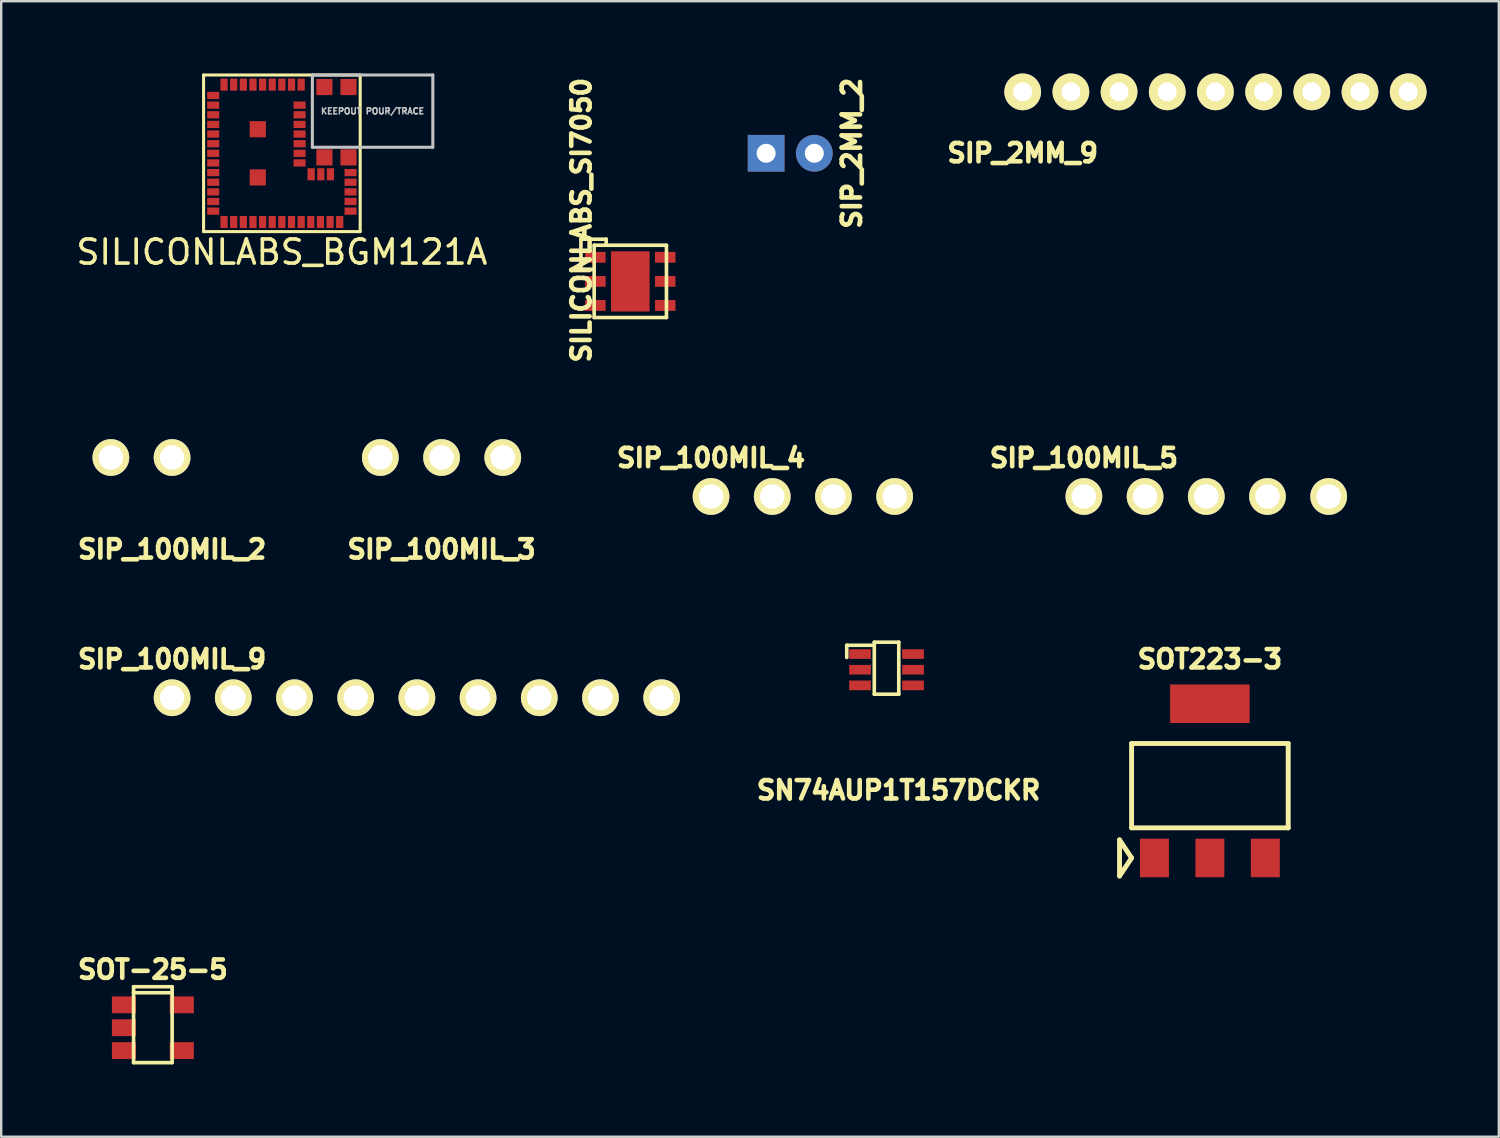
<source format=kicad_pcb>
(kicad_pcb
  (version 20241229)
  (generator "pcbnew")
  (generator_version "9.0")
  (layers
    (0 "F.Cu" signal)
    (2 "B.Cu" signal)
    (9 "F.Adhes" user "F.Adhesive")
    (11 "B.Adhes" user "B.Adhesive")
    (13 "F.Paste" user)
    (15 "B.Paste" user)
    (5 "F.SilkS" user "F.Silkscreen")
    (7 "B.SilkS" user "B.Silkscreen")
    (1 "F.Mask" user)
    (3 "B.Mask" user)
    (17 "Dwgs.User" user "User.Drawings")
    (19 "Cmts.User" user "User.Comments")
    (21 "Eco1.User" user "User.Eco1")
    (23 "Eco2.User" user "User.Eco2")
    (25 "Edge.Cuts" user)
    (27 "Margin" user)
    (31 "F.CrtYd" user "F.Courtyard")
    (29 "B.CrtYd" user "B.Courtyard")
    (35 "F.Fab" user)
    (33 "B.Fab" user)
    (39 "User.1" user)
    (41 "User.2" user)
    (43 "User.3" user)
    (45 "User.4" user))
  (footprint "SILICONLABS_BGM121A"
    (layer "F.Cu")
    (at 5.799 6.163)
    (property "Reference" "SILICONLABS_BGM121A" (at 2.85 1.25 0) (layer "F.SilkS") (effects (font (size 1 1) (thickness 0.15))))
    (attr through_hole)
    (fp_line (start -0.4 -6.1) (end 6.1 -6.1) (stroke (width 0.127) (type solid)) (layer "F.SilkS"))
    (fp_line (start -0.4 0.4) (end -0.4 -6.1) (stroke (width 0.127) (type solid)) (layer "F.SilkS"))
    (fp_line (start 6.1 -6.1) (end 6.1 0.4) (stroke (width 0.127) (type solid)) (layer "F.SilkS"))
    (fp_line (start 6.1 0.4) (end -0.4 0.4) (stroke (width 0.127) (type solid)) (layer "F.SilkS"))
    (fp_line (start 4.115 -6.1) (end 4.115 -3.1) (stroke (width 0.127) (type solid)) (layer "Dwgs.User"))
    (fp_line (start 4.115 -3.1) (end 9.115 -3.1) (stroke (width 0.127) (type solid)) (layer "Dwgs.User"))
    (fp_line (start 9.115 -6.1) (end 4.115 -6.1) (stroke (width 0.127) (type solid)) (layer "Dwgs.User"))
    (fp_line (start 9.115 -3.1) (end 9.115 -6.1) (stroke (width 0.127) (type solid)) (layer "Dwgs.User"))
    (fp_text user "KEEPOUT POUR/TRACE" (at 6.615 -4.6 0) (layer "Dwgs.User") (effects (font (size 0.25 0.25) (thickness 0.062))))
    (pad "1" smd rect (at 3.65 -5.7 90) (size 0.5 0.3) (layers "F.Cu" "F.Mask" "F.Paste"))
    (pad "2" smd rect (at 3.25 -5.7 90) (size 0.5 0.3) (layers "F.Cu" "F.Mask" "F.Paste"))
    (pad "3" smd rect (at 2.85 -5.7 90) (size 0.5 0.3) (layers "F.Cu" "F.Mask" "F.Paste"))
    (pad "4" smd rect (at 2.45 -5.7 90) (size 0.5 0.3) (layers "F.Cu" "F.Mask" "F.Paste"))
    (pad "5" smd rect (at 2.05 -5.7 90) (size 0.5 0.3) (layers "F.Cu" "F.Mask" "F.Paste"))
    (pad "6" smd rect (at 1.65 -5.7 90) (size 0.5 0.3) (layers "F.Cu" "F.Mask" "F.Paste"))
    (pad "7" smd rect (at 1.25 -5.7 90) (size 0.5 0.3) (layers "F.Cu" "F.Mask" "F.Paste"))
    (pad "8" smd rect (at 0.85 -5.7 90) (size 0.5 0.3) (layers "F.Cu" "F.Mask" "F.Paste"))
    (pad "9" smd rect (at 0.45 -5.7 90) (size 0.5 0.3) (layers "F.Cu" "F.Mask" "F.Paste"))
    (pad "10" smd rect (at 0 -5.25) (size 0.5 0.3) (layers "F.Cu" "F.Mask" "F.Paste"))
    (pad "11" smd rect (at 0 -4.85) (size 0.5 0.3) (layers "F.Cu" "F.Mask" "F.Paste"))
    (pad "12" smd rect (at 0 -4.45) (size 0.5 0.3) (layers "F.Cu" "F.Mask" "F.Paste"))
    (pad "13" smd rect (at 0 -4.05) (size 0.5 0.3) (layers "F.Cu" "F.Mask" "F.Paste"))
    (pad "14" smd rect (at 0 -3.65) (size 0.5 0.3) (layers "F.Cu" "F.Mask" "F.Paste"))
    (pad "15" smd rect (at 0 -3.25) (size 0.5 0.3) (layers "F.Cu" "F.Mask" "F.Paste"))
    (pad "16" smd rect (at 0 -2.85) (size 0.5 0.3) (layers "F.Cu" "F.Mask" "F.Paste"))
    (pad "17" smd rect (at 0 -2.45) (size 0.5 0.3) (layers "F.Cu" "F.Mask" "F.Paste"))
    (pad "18" smd rect (at 0 -2.05) (size 0.5 0.3) (layers "F.Cu" "F.Mask" "F.Paste"))
    (pad "19" smd rect (at 0 -1.65) (size 0.5 0.3) (layers "F.Cu" "F.Mask" "F.Paste"))
    (pad "20" smd rect (at 0 -1.25) (size 0.5 0.3) (layers "F.Cu" "F.Mask" "F.Paste"))
    (pad "21" smd rect (at 0 -0.85) (size 0.5 0.3) (layers "F.Cu" "F.Mask" "F.Paste"))
    (pad "22" smd rect (at 0 -0.45) (size 0.5 0.3) (layers "F.Cu" "F.Mask" "F.Paste"))
    (pad "23" smd rect (at 0.45 0 90) (size 0.5 0.3) (layers "F.Cu" "F.Mask" "F.Paste"))
    (pad "24" smd rect (at 0.85 0 90) (size 0.5 0.3) (layers "F.Cu" "F.Mask" "F.Paste"))
    (pad "25" smd rect (at 1.25 0 90) (size 0.5 0.3) (layers "F.Cu" "F.Mask" "F.Paste"))
    (pad "26" smd rect (at 1.65 0 90) (size 0.5 0.3) (layers "F.Cu" "F.Mask" "F.Paste"))
    (pad "27" smd rect (at 2.05 0 90) (size 0.5 0.3) (layers "F.Cu" "F.Mask" "F.Paste"))
    (pad "28" smd rect (at 2.45 0 90) (size 0.5 0.3) (layers "F.Cu" "F.Mask" "F.Paste"))
    (pad "29" smd rect (at 2.85 0 90) (size 0.5 0.3) (layers "F.Cu" "F.Mask" "F.Paste"))
    (pad "30" smd rect (at 3.25 0 90) (size 0.5 0.3) (layers "F.Cu" "F.Mask" "F.Paste"))
    (pad "31" smd rect (at 3.65 0 90) (size 0.5 0.3) (layers "F.Cu" "F.Mask" "F.Paste"))
    (pad "32" smd rect (at 4.05 0 90) (size 0.5 0.3) (layers "F.Cu" "F.Mask" "F.Paste"))
    (pad "33" smd rect (at 4.45 0 90) (size 0.5 0.3) (layers "F.Cu" "F.Mask" "F.Paste"))
    (pad "34" smd rect (at 4.85 0 90) (size 0.5 0.3) (layers "F.Cu" "F.Mask" "F.Paste"))
    (pad "35" smd rect (at 5.25 0 90) (size 0.5 0.3) (layers "F.Cu" "F.Mask" "F.Paste"))
    (pad "36" smd rect (at 5.7 -0.45) (size 0.5 0.3) (layers "F.Cu" "F.Mask" "F.Paste"))
    (pad "37" smd rect (at 5.7 -0.85) (size 0.5 0.3) (layers "F.Cu" "F.Mask" "F.Paste"))
    (pad "38" smd rect (at 5.7 -1.25) (size 0.5 0.3) (layers "F.Cu" "F.Mask" "F.Paste"))
    (pad "39" smd rect (at 5.7 -1.65) (size 0.5 0.3) (layers "F.Cu" "F.Mask" "F.Paste"))
    (pad "40" smd rect (at 5.7 -2.05) (size 0.5 0.3) (layers "F.Cu" "F.Mask" "F.Paste"))
    (pad "41" smd rect (at 4.865 -1.98 270) (size 0.5 0.3) (layers "F.Cu" "F.Mask" "F.Paste"))
    (pad "42" smd rect (at 4.465 -1.98 270) (size 0.5 0.3) (layers "F.Cu" "F.Mask" "F.Paste"))
    (pad "43" smd rect (at 4.065 -1.98 270) (size 0.5 0.3) (layers "F.Cu" "F.Mask" "F.Paste"))
    (pad "44" smd rect (at 3.585 -2.45 180) (size 0.5 0.3) (layers "F.Cu" "F.Mask" "F.Paste"))
    (pad "45" smd rect (at 3.585 -2.85 180) (size 0.5 0.3) (layers "F.Cu" "F.Mask" "F.Paste"))
    (pad "46" smd rect (at 3.585 -3.25 180) (size 0.5 0.3) (layers "F.Cu" "F.Mask" "F.Paste"))
    (pad "47" smd rect (at 3.585 -3.65 180) (size 0.5 0.3) (layers "F.Cu" "F.Mask" "F.Paste"))
    (pad "48" smd rect (at 3.585 -4.05 180) (size 0.5 0.3) (layers "F.Cu" "F.Mask" "F.Paste"))
    (pad "49" smd rect (at 3.585 -4.45 180) (size 0.5 0.3) (layers "F.Cu" "F.Mask" "F.Paste"))
    (pad "50" smd rect (at 3.585 -4.85 180) (size 0.5 0.3) (layers "F.Cu" "F.Mask" "F.Paste"))
    (pad "51" smd rect (at 1.85 -3.85) (size 0.67 0.67) (layers "F.Cu" "F.Mask" "F.Paste"))
    (pad "52" smd rect (at 1.85 -1.85) (size 0.67 0.67) (layers "F.Cu" "F.Mask" "F.Paste"))
    (pad "53" smd rect (at 5.615 -5.6) (size 0.67 0.67) (layers "F.Cu" "F.Mask" "F.Paste"))
    (pad "54" smd rect (at 4.615 -5.6) (size 0.67 0.67) (layers "F.Cu" "F.Mask" "F.Paste"))
    (pad "55" smd rect (at 4.615 -2.68) (size 0.67 0.67) (layers "F.Cu" "F.Mask" "F.Paste"))
    (pad "56" smd rect (at 5.615 -2.68) (size 0.67 0.67) (layers "F.Cu" "F.Mask" "F.Paste")))
  (footprint "SILICONLABS_SI7050"
    (layer "F.Cu")
    (at 23.11 8.628)
    (property "Reference" "SILICONLABS_SI7050" (at -2.032 -2.54 90) (layer "F.SilkS") (effects (font (size 0.762 0.762) (thickness 0.191))))
    (attr through_hole)
    (fp_line (start -2.05 -1.75) (end -2.05 -0.5) (stroke (width 0.15) (type solid)) (layer "F.SilkS"))
    (fp_line (start -2.05 -0.5) (end -1.5 -0.5) (stroke (width 0.15) (type solid)) (layer "F.SilkS"))
    (fp_line (start -1.5 -1.5) (end -1.5 1.5) (stroke (width 0.15) (type solid)) (layer "F.SilkS"))
    (fp_line (start -1.5 1.5) (end 1.5 1.5) (stroke (width 0.15) (type solid)) (layer "F.SilkS"))
    (fp_line (start -1 -1.75) (end -2.05 -1.75) (stroke (width 0.15) (type solid)) (layer "F.SilkS"))
    (fp_line (start -1 -1.55) (end -1 -1.75) (stroke (width 0.15) (type solid)) (layer "F.SilkS"))
    (fp_line (start 1.5 -1.5) (end -1.5 -1.5) (stroke (width 0.15) (type solid)) (layer "F.SilkS"))
    (fp_line (start 1.5 1.5) (end 1.5 -1.5) (stroke (width 0.15) (type solid)) (layer "F.SilkS"))
    (pad "1" smd rect (at -1.45 -1) (size 0.85 0.45) (layers "F.Cu" "F.Mask"))
    (pad "2" smd rect (at -1.45 0) (size 0.85 0.45) (layers "F.Cu" "F.Mask"))
    (pad "3" smd rect (at -1.45 1) (size 0.85 0.45) (layers "F.Cu" "F.Mask"))
    (pad "4" smd rect (at 1.45 1) (size 0.85 0.45) (layers "F.Cu" "F.Mask"))
    (pad "5" smd rect (at 1.45 0) (size 0.85 0.45) (layers "F.Cu" "F.Mask"))
    (pad "6" smd rect (at 1.45 -1) (size 0.85 0.45) (layers "F.Cu" "F.Mask"))
    (pad "7" smd rect (at 0 0) (size 1.6 2.5) (layers "F.Cu" "F.Mask")))
  (footprint "SIP_100MIL_9"
    (layer "F.Cu")
    (at 4.092 25.908)
    (property "Reference" "SIP_100MIL_9" (at 0 -1.6 0) (layer "F.SilkS") (effects (font (size 0.762 0.762) (thickness 0.191))))
    (attr through_hole)
    (pad "1" thru_hole circle (at 0 0) (size 1.524 1.524) (drill 1.016) (layers "*.Cu" "*.Mask" "F.SilkS"))
    (pad "2" thru_hole circle (at 2.54 0) (size 1.524 1.524) (drill 1.016) (layers "*.Cu" "*.Mask" "F.SilkS"))
    (pad "3" thru_hole circle (at 5.08 0) (size 1.524 1.524) (drill 1.016) (layers "*.Cu" "*.Mask" "F.SilkS"))
    (pad "4" thru_hole circle (at 7.62 0) (size 1.524 1.524) (drill 1.016) (layers "*.Cu" "*.Mask" "F.SilkS"))
    (pad "5" thru_hole circle (at 10.16 0) (size 1.524 1.524) (drill 1.016) (layers "*.Cu" "*.Mask" "F.SilkS"))
    (pad "6" thru_hole circle (at 12.7 0) (size 1.524 1.524) (drill 1.016) (layers "*.Cu" "*.Mask" "F.SilkS"))
    (pad "7" thru_hole circle (at 15.24 0) (size 1.524 1.524) (drill 1.016) (layers "*.Cu" "*.Mask" "F.SilkS"))
    (pad "8" thru_hole circle (at 17.78 0) (size 1.524 1.524) (drill 1.016) (layers "*.Cu" "*.Mask" "F.SilkS"))
    (pad "9" thru_hole circle (at 20.32 0) (size 1.524 1.524) (drill 1.016) (layers "*.Cu" "*.Mask" "F.SilkS")))
  (footprint "SOT223-3"
    (layer "F.Cu")
    (at 47.165 32.558)
    (property "Reference" "SOT223-3" (at 0 -8.25 0) (layer "F.SilkS") (effects (font (size 0.762 0.762) (thickness 0.191))))
    (attr through_hole)
    (fp_line (start -3.75 -0.75) (end -3.75 0.75) (stroke (width 0.203) (type solid)) (layer "F.SilkS"))
    (fp_line (start -3.75 0.75) (end -3.25 0) (stroke (width 0.203) (type solid)) (layer "F.SilkS"))
    (fp_line (start -3.25 -4.75) (end 3.25 -4.75) (stroke (width 0.203) (type solid)) (layer "F.SilkS"))
    (fp_line (start -3.25 -1.25) (end -3.25 -4.75) (stroke (width 0.203) (type solid)) (layer "F.SilkS"))
    (fp_line (start -3.25 0) (end -3.75 -0.75) (stroke (width 0.203) (type solid)) (layer "F.SilkS"))
    (fp_line (start 3.25 -4.75) (end 3.25 -1.25) (stroke (width 0.203) (type solid)) (layer "F.SilkS"))
    (fp_line (start 3.25 -1.25) (end -3.25 -1.25) (stroke (width 0.203) (type solid)) (layer "F.SilkS"))
    (pad "1" smd rect (at -2.3 0) (size 1.2 1.6) (layers "F.Cu" "F.Mask" "F.Paste"))
    (pad "2" smd rect (at 0 0) (size 1.2 1.6) (layers "F.Cu" "F.Mask" "F.Paste"))
    (pad "3" smd rect (at 2.3 0) (size 1.2 1.6) (layers "F.Cu" "F.Mask" "F.Paste"))
    (pad "PAD" smd rect (at 0 -6.4) (size 3.3 1.6) (layers "F.Cu" "F.Mask" "F.Paste")))
  (footprint "SIP_100MIL_3"
    (layer "F.Cu")
    (at 12.736 15.938)
    (property "Reference" "SIP_100MIL_3" (at 2.54 3.81 0) (layer "F.SilkS") (effects (font (size 0.762 0.762) (thickness 0.191))))
    (attr through_hole)
    (pad "1" thru_hole circle (at 0 0) (size 1.524 1.524) (drill 1.016) (layers "*.Cu" "*.Mask" "F.SilkS"))
    (pad "2" thru_hole circle (at 2.54 0) (size 1.524 1.524) (drill 1.016) (layers "*.Cu" "*.Mask" "F.SilkS"))
    (pad "3" thru_hole circle (at 5.08 0) (size 1.524 1.524) (drill 1.016) (layers "*.Cu" "*.Mask" "F.SilkS")))
  (footprint "SOT-25-5"
    (layer "F.Cu")
    (at 3.294 39.603)
    (property "Reference" "SOT-25-5" (at 0 -2.413 0) (layer "F.SilkS") (effects (font (size 0.762 0.762) (thickness 0.191))))
    (attr through_hole)
    (fp_line (start -0.8 -1.7) (end 0.8 -1.7) (stroke (width 0.15) (type solid)) (layer "F.SilkS"))
    (fp_line (start -0.8 -1.45) (end -0.8 -1.7) (stroke (width 0.15) (type solid)) (layer "F.SilkS"))
    (fp_line (start -0.8 -1.45) (end -0.8 1.45) (stroke (width 0.15) (type solid)) (layer "F.SilkS"))
    (fp_line (start -0.8 1.45) (end 0.8 1.45) (stroke (width 0.15) (type solid)) (layer "F.SilkS"))
    (fp_line (start 0.8 -1.7) (end 0.8 -1.4) (stroke (width 0.15) (type solid)) (layer "F.SilkS"))
    (fp_line (start 0.8 -1.45) (end -0.8 -1.45) (stroke (width 0.15) (type solid)) (layer "F.SilkS"))
    (fp_line (start 0.8 1.45) (end 0.8 -1.45) (stroke (width 0.15) (type solid)) (layer "F.SilkS"))
    (pad "1" smd rect (at -1.2 -0.95) (size 1 0.7) (layers "F.Cu" "F.Mask" "F.Paste"))
    (pad "2" smd rect (at -1.2 0) (size 1 0.7) (layers "F.Cu" "F.Mask" "F.Paste"))
    (pad "3" smd rect (at -1.2 0.95) (size 1 0.7) (layers "F.Cu" "F.Mask" "F.Paste"))
    (pad "4" smd rect (at 1.2 0.95) (size 1 0.7) (layers "F.Cu" "F.Mask" "F.Paste"))
    (pad "5" smd rect (at 1.2 -0.95) (size 1 0.7) (layers "F.Cu" "F.Mask" "F.Paste")))
  (footprint "SIP_100MIL_5"
    (layer "F.Cu")
    (at 41.935 17.556)
    (property "Reference" "SIP_100MIL_5" (at 0 -1.6 0) (layer "F.SilkS") (effects (font (size 0.762 0.762) (thickness 0.191))))
    (attr through_hole)
    (pad "1" thru_hole circle (at 0 0) (size 1.524 1.524) (drill 1.016) (layers "*.Cu" "*.Mask" "F.SilkS"))
    (pad "2" thru_hole circle (at 2.54 0) (size 1.524 1.524) (drill 1.016) (layers "*.Cu" "*.Mask" "F.SilkS"))
    (pad "3" thru_hole circle (at 5.08 0) (size 1.524 1.524) (drill 1.016) (layers "*.Cu" "*.Mask" "F.SilkS"))
    (pad "4" thru_hole circle (at 7.62 0) (size 1.524 1.524) (drill 1.016) (layers "*.Cu" "*.Mask" "F.SilkS"))
    (pad "5" thru_hole circle (at 10.16 0) (size 1.524 1.524) (drill 1.016) (layers "*.Cu" "*.Mask" "F.SilkS")))
  (footprint "SIP_2MM_2"
    (layer "F.Cu")
    (at 28.747 3.312)
    (property "Reference" "SIP_2MM_2" (at 3.556 0 90) (layer "F.SilkS") (effects (font (size 0.762 0.762) (thickness 0.191))))
    (attr through_hole)
    (pad "1" thru_hole rect (at 0 0) (size 1.524 1.524) (drill 0.787) (layers "*.Cu" "*.Mask"))
    (pad "2" thru_hole circle (at 2 0) (size 1.524 1.524) (drill 0.787) (layers "*.Cu" "*.Mask")))
  (footprint "SIP_100MIL_4"
    (layer "F.Cu")
    (at 26.461 17.556)
    (property "Reference" "SIP_100MIL_4" (at 0 -1.6 0) (layer "F.SilkS") (effects (font (size 0.762 0.762) (thickness 0.191))))
    (attr through_hole)
    (pad "1" thru_hole circle (at 0 0) (size 1.524 1.524) (drill 1.016) (layers "*.Cu" "*.Mask" "F.SilkS"))
    (pad "2" thru_hole circle (at 2.54 0) (size 1.524 1.524) (drill 1.016) (layers "*.Cu" "*.Mask" "F.SilkS"))
    (pad "3" thru_hole circle (at 5.08 0) (size 1.524 1.524) (drill 1.016) (layers "*.Cu" "*.Mask" "F.SilkS"))
    (pad "4" thru_hole circle (at 7.62 0) (size 1.524 1.524) (drill 1.016) (layers "*.Cu" "*.Mask" "F.SilkS")))
  (footprint "SIP_2MM_9"
    (layer "F.Cu")
    (at 39.395 0.762)
    (property "Reference" "SIP_2MM_9" (at 0 2.54 0) (layer "F.SilkS") (effects (font (size 0.762 0.762) (thickness 0.191))))
    (attr through_hole)
    (pad "1" thru_hole circle (at 0 0) (size 1.524 1.524) (drill 0.787) (layers "*.Cu" "*.Mask" "F.SilkS"))
    (pad "2" thru_hole circle (at 2 0) (size 1.524 1.524) (drill 0.787) (layers "*.Cu" "*.Mask" "F.SilkS"))
    (pad "3" thru_hole circle (at 4 0) (size 1.524 1.524) (drill 0.787) (layers "*.Cu" "*.Mask" "F.SilkS"))
    (pad "4" thru_hole circle (at 6 0) (size 1.524 1.524) (drill 0.787) (layers "*.Cu" "*.Mask" "F.SilkS"))
    (pad "5" thru_hole circle (at 8 0) (size 1.524 1.524) (drill 0.787) (layers "*.Cu" "*.Mask" "F.SilkS"))
    (pad "6" thru_hole circle (at 10 0) (size 1.524 1.524) (drill 0.787) (layers "*.Cu" "*.Mask" "F.SilkS"))
    (pad "7" thru_hole circle (at 12 0) (size 1.524 1.524) (drill 0.787) (layers "*.Cu" "*.Mask" "F.SilkS"))
    (pad "8" thru_hole circle (at 14 0) (size 1.524 1.524) (drill 0.787) (layers "*.Cu" "*.Mask" "F.SilkS"))
    (pad "9" thru_hole circle (at 16 0) (size 1.524 1.524) (drill 0.787) (layers "*.Cu" "*.Mask" "F.SilkS")))
  (footprint "SIP_100MIL_2"
    (layer "F.Cu")
    (at 1.552 15.938)
    (property "Reference" "SIP_100MIL_2" (at 2.54 3.81 0) (layer "F.SilkS") (effects (font (size 0.762 0.762) (thickness 0.191))))
    (attr through_hole)
    (pad "1" thru_hole circle (at 0 0) (size 1.524 1.524) (drill 1.016) (layers "*.Cu" "*.Mask" "F.SilkS"))
    (pad "2" thru_hole circle (at 2.54 0) (size 1.524 1.524) (drill 1.016) (layers "*.Cu" "*.Mask" "F.SilkS")))
  (footprint "SN74AUP1T157DCKR"
    (layer "F.Cu")
    (at 33.744 24.746)
    (property "Reference" "SN74AUP1T157DCKR" (at 0.5 5 0) (layer "F.SilkS") (effects (font (size 0.762 0.762) (thickness 0.191))))
    (attr through_hole)
    (fp_line (start -1.651 -1.016) (end -1.651 -0.508) (stroke (width 0.15) (type solid)) (layer "F.SilkS"))
    (fp_line (start -0.508 -1.143) (end -0.508 1.016) (stroke (width 0.15) (type solid)) (layer "F.SilkS"))
    (fp_line (start -0.508 -1.016) (end -1.651 -1.016) (stroke (width 0.15) (type solid)) (layer "F.SilkS"))
    (fp_line (start -0.508 1.016) (end 0.508 1.016) (stroke (width 0.15) (type solid)) (layer "F.SilkS"))
    (fp_line (start 0.508 -1.143) (end -0.508 -1.143) (stroke (width 0.15) (type solid)) (layer "F.SilkS"))
    (fp_line (start 0.508 1.016) (end 0.508 -1.143) (stroke (width 0.15) (type solid)) (layer "F.SilkS"))
    (pad "1" smd rect (at -1.1 -0.65) (size 0.9 0.4) (layers "F.Cu" "F.Mask" "F.Paste"))
    (pad "2" smd rect (at -1.1 0) (size 0.9 0.4) (layers "F.Cu" "F.Mask" "F.Paste"))
    (pad "3" smd rect (at -1.1 0.65) (size 0.9 0.4) (layers "F.Cu" "F.Mask" "F.Paste"))
    (pad "4" smd rect (at 1.1 0.65) (size 0.9 0.4) (layers "F.Cu" "F.Mask" "F.Paste"))
    (pad "5" smd rect (at 1.1 0) (size 0.9 0.4) (layers "F.Cu" "F.Mask" "F.Paste"))
    (pad "6" smd rect (at 1.1 -0.65) (size 0.9 0.4) (layers "F.Cu" "F.Mask" "F.Paste")))
  (gr_rect
    (start -3 -3)
    (end 59.157 44.128)
    (stroke (width 0.1) (type default))
    (fill no)
    (layer "Edge.Cuts")))
</source>
